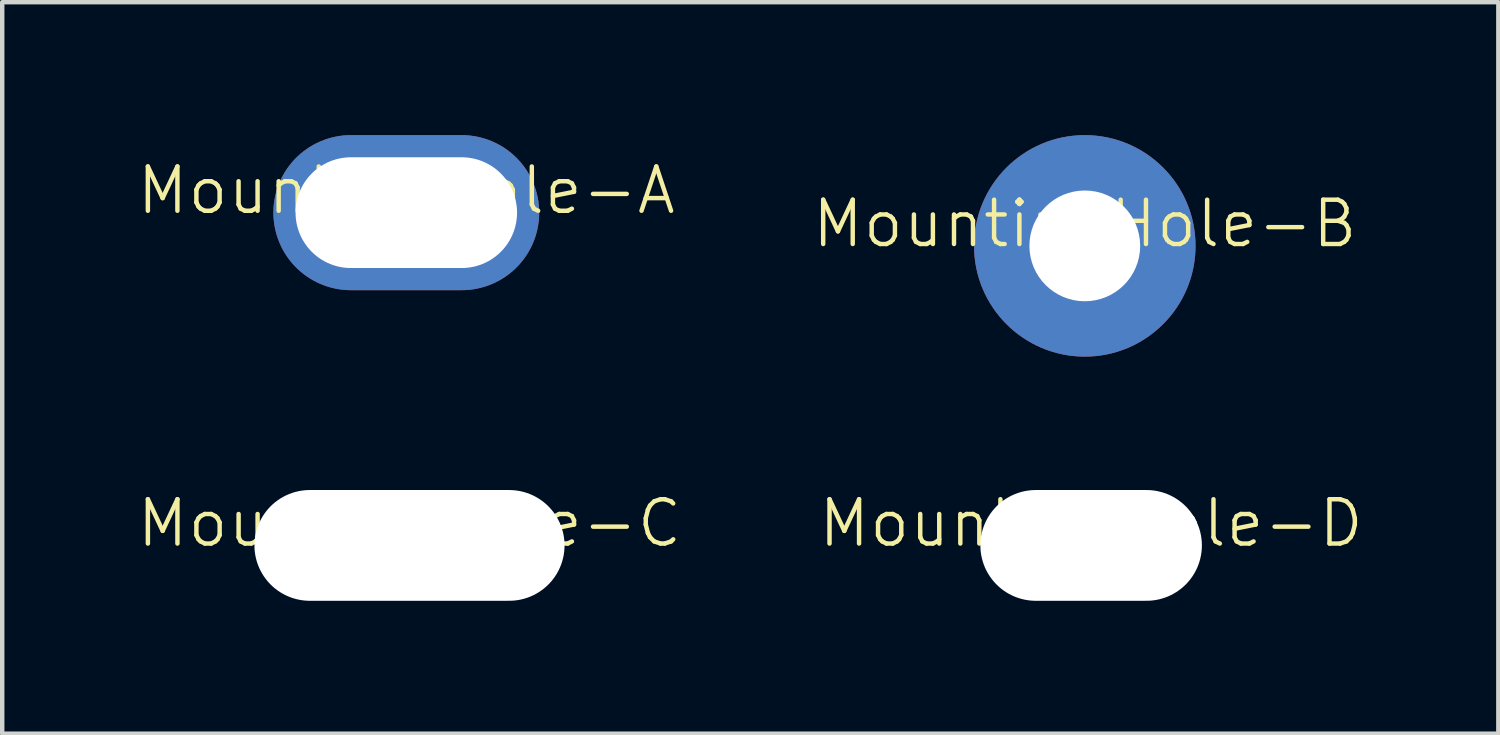
<source format=kicad_pcb>
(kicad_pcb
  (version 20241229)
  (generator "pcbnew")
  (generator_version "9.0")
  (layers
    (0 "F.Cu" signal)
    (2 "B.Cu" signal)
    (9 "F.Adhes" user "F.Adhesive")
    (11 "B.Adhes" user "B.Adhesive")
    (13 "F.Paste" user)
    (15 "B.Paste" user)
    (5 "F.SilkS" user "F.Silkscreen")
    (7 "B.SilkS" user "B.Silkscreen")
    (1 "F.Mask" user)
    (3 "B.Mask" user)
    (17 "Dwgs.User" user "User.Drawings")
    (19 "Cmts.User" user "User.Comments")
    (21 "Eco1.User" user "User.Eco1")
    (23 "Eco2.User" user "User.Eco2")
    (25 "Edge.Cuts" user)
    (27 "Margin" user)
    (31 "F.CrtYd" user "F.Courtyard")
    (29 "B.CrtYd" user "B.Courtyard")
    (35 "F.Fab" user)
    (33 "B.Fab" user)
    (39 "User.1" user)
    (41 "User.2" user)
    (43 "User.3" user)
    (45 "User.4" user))
  (footprint "MountingHole-A"
    (layer "F.Cu")
    (at 6.121 1.75)
    (property "Reference" "MountingHole-A" (at 0 -0.5 0) (unlocked yes) (layer "F.SilkS") (effects (font (size 1 1) (thickness 0.1))))
    (attr through_hole)
    (pad "1" thru_hole oval (at 0 0) (size 6 3.5) (drill oval 5 2.5) (layers "*.Cu" "*.Mask")))
  (footprint "MountingHole-C"
    (layer "F.Cu")
    (at 6.193 9.261)
    (property "Reference" "MountingHole-C" (at 0 -0.5 0) (unlocked yes) (layer "F.SilkS") (effects (font (size 1 1) (thickness 0.1))))
    (attr through_hole)
    (pad "" np_thru_hole oval (at 0 0) (size 7 2.5) (drill oval 7 2.5) (layers "*.Cu" "*.Mask")))
  (footprint "MountingHole-D"
    (layer "F.Cu")
    (at 21.579 9.261)
    (property "Reference" "MountingHole-D" (at 0 -0.5 0) (unlocked yes) (layer "F.SilkS") (effects (font (size 1 1) (thickness 0.1))))
    (attr through_hole)
    (pad "" np_thru_hole oval (at 0 0) (size 5 2.5) (drill oval 5 2.5) (layers "*.Cu" "*.Mask")))
  (footprint "MountingHole-B"
    (layer "F.Cu")
    (at 21.436 2.5)
    (property "Reference" "MountingHole-B" (at 0 -0.5 0) (unlocked yes) (layer "F.SilkS") (effects (font (size 1 1) (thickness 0.1))))
    (attr through_hole)
    (pad "1" thru_hole circle (at 0 0) (size 5 5) (drill 2.5) (layers "*.Cu" "*.Mask")))
  (gr_rect
    (start -3 -3)
    (end 30.771 13.511)
    (stroke (width 0.1) (type default))
    (fill no)
    (layer "Edge.Cuts")))
</source>
